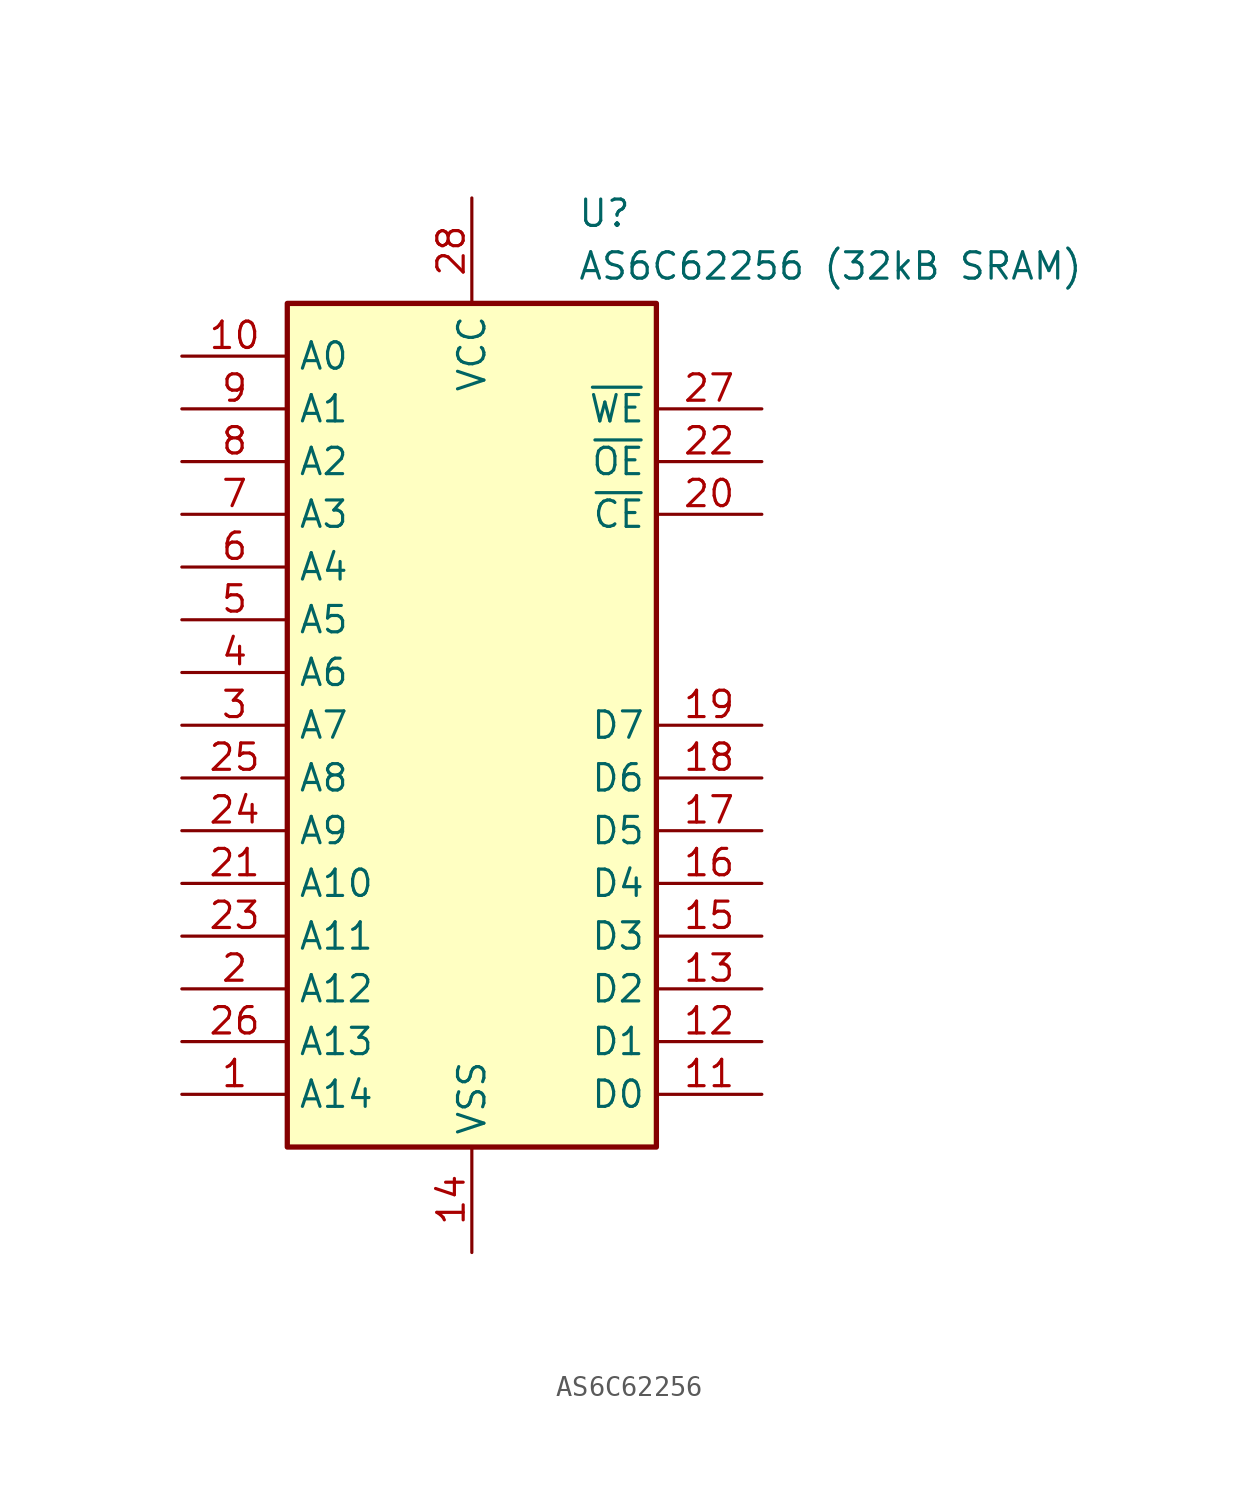
<source format=kicad_sym>
(kicad_symbol_lib
  (version 20220914)
  (generator kicad_symbol_editor)
  (symbol "AS6C62256"
    (property "Reference" "U"
      (at 19.05 7.62 0)
      (effects (font (size 1.27 1.27)) (justify left top)))
    (property "Value" "AS6C62256 (32kB SRAM)"
      (at 19.05 5.08 0)
      (effects (font (size 1.27 1.27)) (justify left top)))
    (symbol "AS6C62256_1_1"
      (rectangle (start 5.08 2.54) (end 22.86 -38.1) (stroke (width 0.254) (type default)) (fill (type background)))
      (pin input line (at 0 -35.56 0) (length 5.08) (name "A14" (effects (font (size 1.27 1.27)))) (number "1" (effects (font (size 1.27 1.27)))))
      (pin input line (at 0 0 0) (length 5.08) (name "A0" (effects (font (size 1.27 1.27)))) (number "10" (effects (font (size 1.27 1.27)))))
      (pin bidirectional line (at 27.94 -35.56 180) (length 5.08) (name "D0" (effects (font (size 1.27 1.27)))) (number "11" (effects (font (size 1.27 1.27)))))
      (pin bidirectional line (at 27.94 -33.02 180) (length 5.08) (name "D1" (effects (font (size 1.27 1.27)))) (number "12" (effects (font (size 1.27 1.27)))))
      (pin bidirectional line (at 27.94 -30.48 180) (length 5.08) (name "D2" (effects (font (size 1.27 1.27)))) (number "13" (effects (font (size 1.27 1.27)))))
      (pin power_in line (at 13.97 -43.18 90) (length 5.08) (name "VSS" (effects (font (size 1.27 1.27)))) (number "14" (effects (font (size 1.27 1.27)))))
      (pin bidirectional line (at 27.94 -27.94 180) (length 5.08) (name "D3" (effects (font (size 1.27 1.27)))) (number "15" (effects (font (size 1.27 1.27)))))
      (pin bidirectional line (at 27.94 -25.4 180) (length 5.08) (name "D4" (effects (font (size 1.27 1.27)))) (number "16" (effects (font (size 1.27 1.27)))))
      (pin bidirectional line (at 27.94 -22.86 180) (length 5.08) (name "D5" (effects (font (size 1.27 1.27)))) (number "17" (effects (font (size 1.27 1.27)))))
      (pin bidirectional line (at 27.94 -20.32 180) (length 5.08) (name "D6" (effects (font (size 1.27 1.27)))) (number "18" (effects (font (size 1.27 1.27)))))
      (pin bidirectional line (at 27.94 -17.78 180) (length 5.08) (name "D7" (effects (font (size 1.27 1.27)))) (number "19" (effects (font (size 1.27 1.27)))))
      (pin input line (at 0 -30.48 0) (length 5.08) (name "A12" (effects (font (size 1.27 1.27)))) (number "2" (effects (font (size 1.27 1.27)))))
      (pin input line (at 27.94 -7.62 180) (length 5.08) (name "~{CE}" (effects (font (size 1.27 1.27)))) (number "20" (effects (font (size 1.27 1.27)))))
      (pin input line (at 0 -25.4 0) (length 5.08) (name "A10" (effects (font (size 1.27 1.27)))) (number "21" (effects (font (size 1.27 1.27)))))
      (pin input line (at 27.94 -5.08 180) (length 5.08) (name "~{OE}" (effects (font (size 1.27 1.27)))) (number "22" (effects (font (size 1.27 1.27)))))
      (pin input line (at 0 -27.94 0) (length 5.08) (name "A11" (effects (font (size 1.27 1.27)))) (number "23" (effects (font (size 1.27 1.27)))))
      (pin input line (at 0 -22.86 0) (length 5.08) (name "A9" (effects (font (size 1.27 1.27)))) (number "24" (effects (font (size 1.27 1.27)))))
      (pin input line (at 0 -20.32 0) (length 5.08) (name "A8" (effects (font (size 1.27 1.27)))) (number "25" (effects (font (size 1.27 1.27)))))
      (pin input line (at 0 -33.02 0) (length 5.08) (name "A13" (effects (font (size 1.27 1.27)))) (number "26" (effects (font (size 1.27 1.27)))))
      (pin input line (at 27.94 -2.54 180) (length 5.08) (name "~{WE}" (effects (font (size 1.27 1.27)))) (number "27" (effects (font (size 1.27 1.27)))))
      (pin power_in line (at 13.97 7.62 270) (length 5.08) (name "VCC" (effects (font (size 1.27 1.27)))) (number "28" (effects (font (size 1.27 1.27)))))
      (pin input line (at 0 -17.78 0) (length 5.08) (name "A7" (effects (font (size 1.27 1.27)))) (number "3" (effects (font (size 1.27 1.27)))))
      (pin input line (at 0 -15.24 0) (length 5.08) (name "A6" (effects (font (size 1.27 1.27)))) (number "4" (effects (font (size 1.27 1.27)))))
      (pin input line (at 0 -12.7 0) (length 5.08) (name "A5" (effects (font (size 1.27 1.27)))) (number "5" (effects (font (size 1.27 1.27)))))
      (pin input line (at 0 -10.16 0) (length 5.08) (name "A4" (effects (font (size 1.27 1.27)))) (number "6" (effects (font (size 1.27 1.27)))))
      (pin input line (at 0 -7.62 0) (length 5.08) (name "A3" (effects (font (size 1.27 1.27)))) (number "7" (effects (font (size 1.27 1.27)))))
      (pin input line (at 0 -5.08 0) (length 5.08) (name "A2" (effects (font (size 1.27 1.27)))) (number "8" (effects (font (size 1.27 1.27)))))
      (pin input line (at 0 -2.54 0) (length 5.08) (name "A1" (effects (font (size 1.27 1.27)))) (number "9" (effects (font (size 1.27 1.27))))))))
</source>
